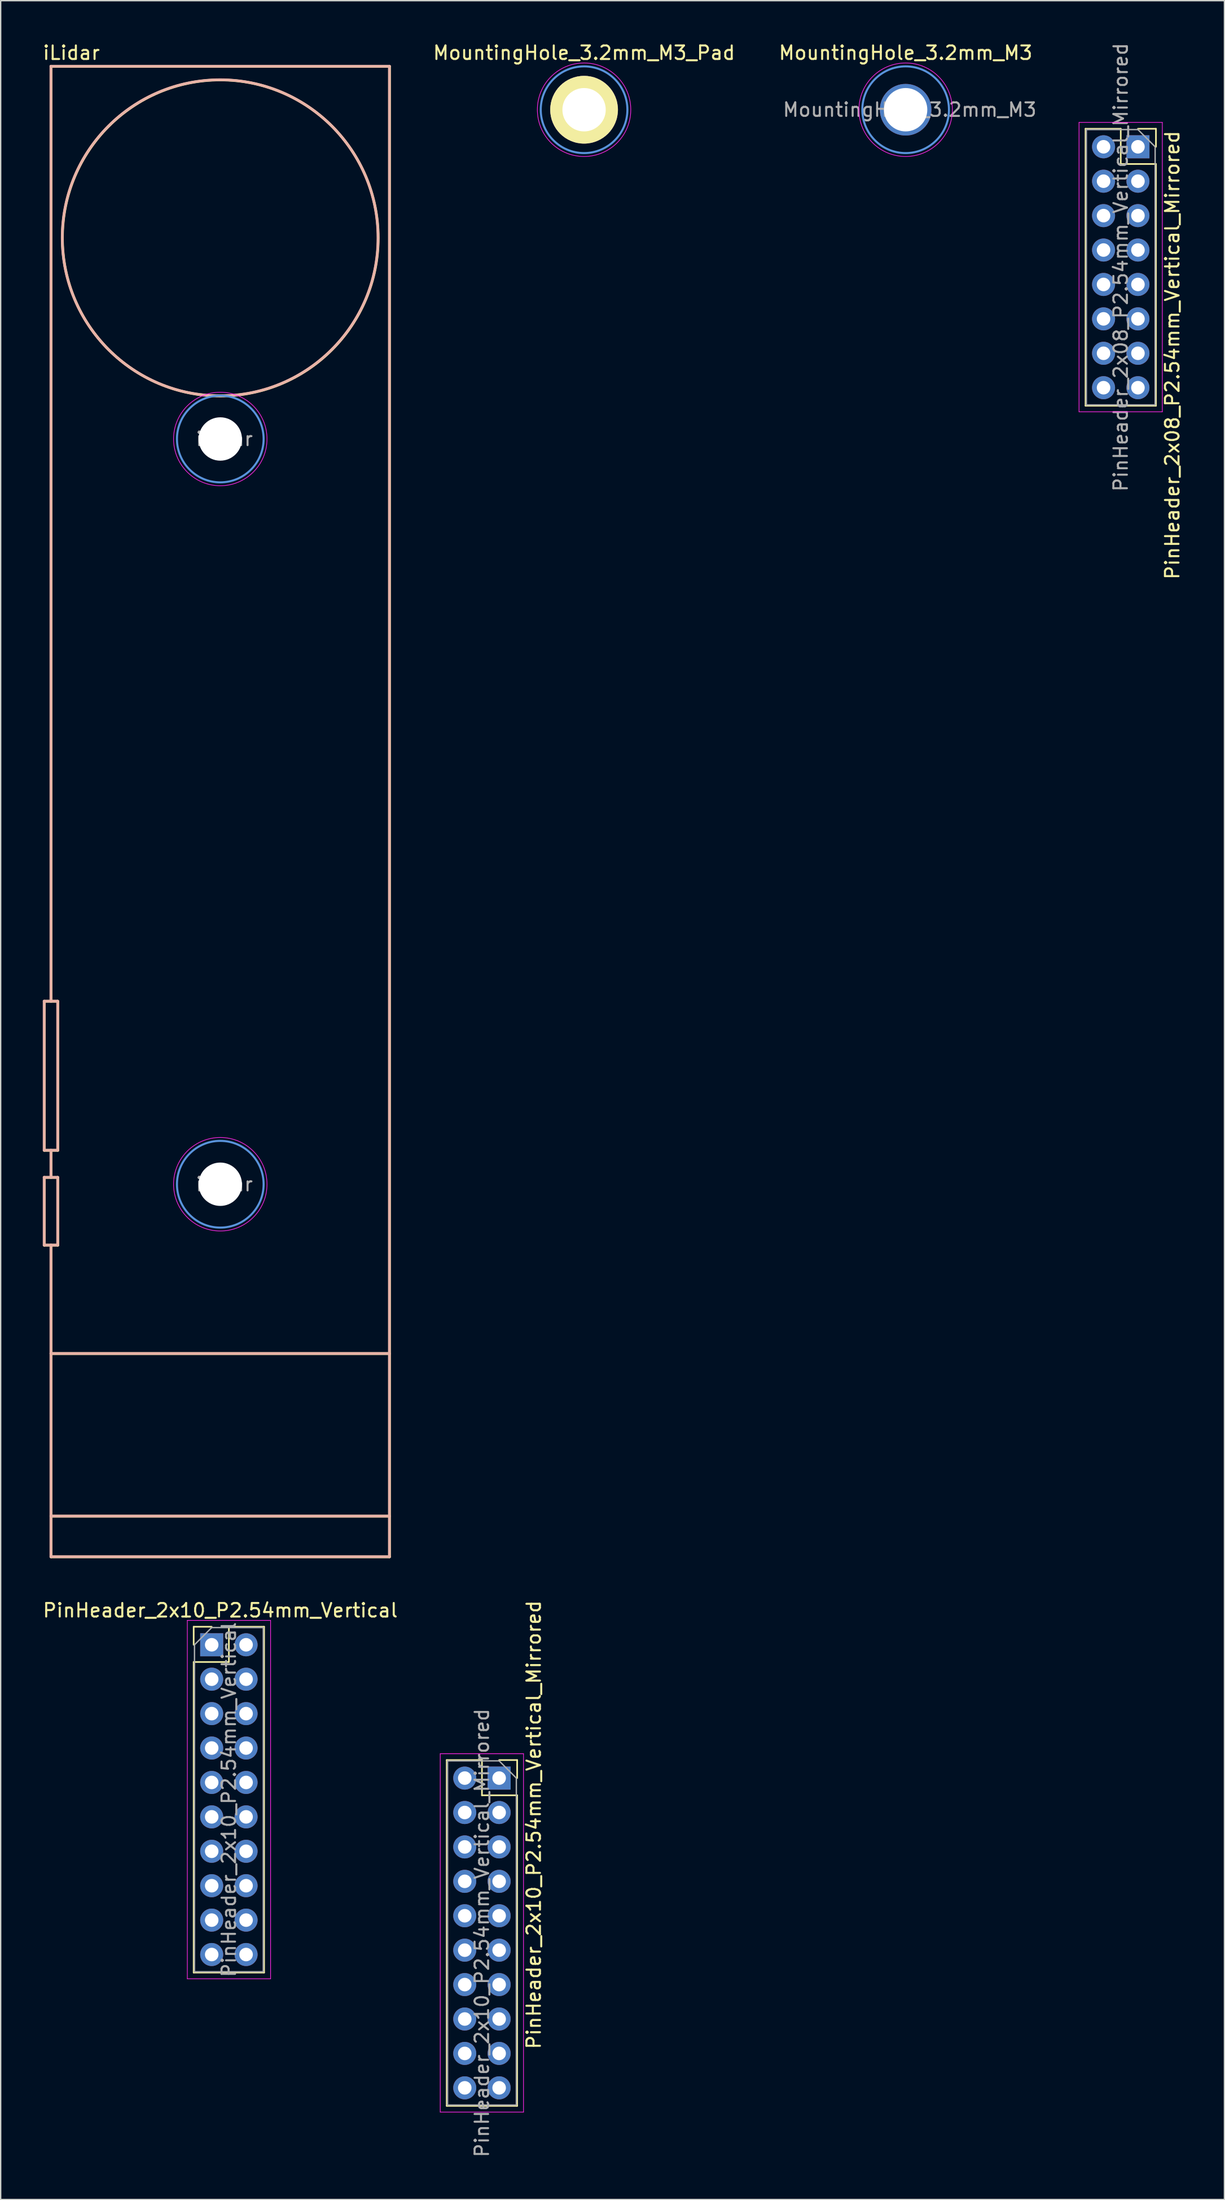
<source format=kicad_pcb>
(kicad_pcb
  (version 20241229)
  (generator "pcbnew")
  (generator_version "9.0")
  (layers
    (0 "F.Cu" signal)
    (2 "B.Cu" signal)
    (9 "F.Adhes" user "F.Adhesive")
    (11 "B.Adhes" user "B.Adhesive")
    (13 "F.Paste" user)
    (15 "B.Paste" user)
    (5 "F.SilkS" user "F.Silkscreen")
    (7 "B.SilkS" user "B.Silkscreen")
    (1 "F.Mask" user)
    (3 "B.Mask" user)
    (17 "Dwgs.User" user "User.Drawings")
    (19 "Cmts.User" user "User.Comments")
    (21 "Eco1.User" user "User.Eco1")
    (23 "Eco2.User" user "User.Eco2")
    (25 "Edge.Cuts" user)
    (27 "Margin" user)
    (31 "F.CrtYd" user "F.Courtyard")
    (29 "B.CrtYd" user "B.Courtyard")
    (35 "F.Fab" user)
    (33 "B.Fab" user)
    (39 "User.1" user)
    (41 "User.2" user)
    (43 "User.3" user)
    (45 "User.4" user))
  (footprint "iLidar"
    (layer "F.Cu")
    (at 13.22 56.848)
    (property "Reference" "iLidar" (at -11 -56 0) (layer "F.SilkS") (effects (font (size 1 1) (thickness 0.15))))
    (attr smd)
    (fp_line (start -13 14) (end -13 25) (stroke (width 0.2) (type solid)) (layer "F.SilkS"))
    (fp_line (start -13 25) (end -12 25) (stroke (width 0.2) (type solid)) (layer "F.SilkS"))
    (fp_line (start -13 27) (end -12 27) (stroke (width 0.2) (type solid)) (layer "F.SilkS"))
    (fp_line (start -13 32) (end -13 27) (stroke (width 0.2) (type solid)) (layer "F.SilkS"))
    (fp_line (start -12.5 14) (end -12.5 -55) (stroke (width 0.2) (type solid)) (layer "F.SilkS"))
    (fp_line (start -12.5 27) (end -12.5 25) (stroke (width 0.2) (type solid)) (layer "F.SilkS"))
    (fp_line (start -12.5 40) (end -12.5 32) (stroke (width 0.2) (type solid)) (layer "F.SilkS"))
    (fp_line (start -12.5 40) (end -12.5 55) (stroke (width 0.2) (type solid)) (layer "F.SilkS"))
    (fp_line (start -12.5 40) (end 12.5 40) (stroke (width 0.2) (type solid)) (layer "F.SilkS"))
    (fp_line (start -12.5 55) (end 12.5 55) (stroke (width 0.2) (type solid)) (layer "F.SilkS"))
    (fp_line (start -12 14) (end -13 14) (stroke (width 0.2) (type solid)) (layer "F.SilkS"))
    (fp_line (start -12 25) (end -12 14) (stroke (width 0.2) (type solid)) (layer "F.SilkS"))
    (fp_line (start -12 27) (end -12 32) (stroke (width 0.2) (type solid)) (layer "F.SilkS"))
    (fp_line (start -12 32) (end -13 32) (stroke (width 0.2) (type solid)) (layer "F.SilkS"))
    (fp_line (start 12.5 -55) (end -12.5 -55) (stroke (width 0.2) (type solid)) (layer "F.SilkS"))
    (fp_line (start 12.5 52) (end -12.5 52) (stroke (width 0.2) (type solid)) (layer "F.SilkS"))
    (fp_line (start 12.5 55) (end 12.5 -55) (stroke (width 0.2) (type solid)) (layer "F.SilkS"))
    (fp_circle (center 0 -42.338) (end 6 -32.338) (stroke (width 0.2) (type solid)) (fill no) (layer "F.SilkS"))
    (fp_line (start -13.011 13.989) (end -13.011 24.989) (stroke (width 0.2) (type solid)) (layer "B.SilkS"))
    (fp_line (start -13.011 24.989) (end -12.011 24.989) (stroke (width 0.2) (type solid)) (layer "B.SilkS"))
    (fp_line (start -13.011 26.989) (end -12.011 26.989) (stroke (width 0.2) (type solid)) (layer "B.SilkS"))
    (fp_line (start -13.011 31.989) (end -13.011 26.989) (stroke (width 0.2) (type solid)) (layer "B.SilkS"))
    (fp_line (start -12.511 13.989) (end -12.511 -55.011) (stroke (width 0.2) (type solid)) (layer "B.SilkS"))
    (fp_line (start -12.511 26.989) (end -12.511 24.989) (stroke (width 0.2) (type solid)) (layer "B.SilkS"))
    (fp_line (start -12.511 39.989) (end -12.511 31.989) (stroke (width 0.2) (type solid)) (layer "B.SilkS"))
    (fp_line (start -12.511 39.989) (end -12.511 54.989) (stroke (width 0.2) (type solid)) (layer "B.SilkS"))
    (fp_line (start -12.511 39.989) (end 12.489 39.989) (stroke (width 0.2) (type solid)) (layer "B.SilkS"))
    (fp_line (start -12.511 54.989) (end 12.489 54.989) (stroke (width 0.2) (type solid)) (layer "B.SilkS"))
    (fp_line (start -12.011 13.989) (end -13.011 13.989) (stroke (width 0.2) (type solid)) (layer "B.SilkS"))
    (fp_line (start -12.011 24.989) (end -12.011 13.989) (stroke (width 0.2) (type solid)) (layer "B.SilkS"))
    (fp_line (start -12.011 26.989) (end -12.011 31.989) (stroke (width 0.2) (type solid)) (layer "B.SilkS"))
    (fp_line (start -12.011 31.989) (end -13.011 31.989) (stroke (width 0.2) (type solid)) (layer "B.SilkS"))
    (fp_line (start 12.489 -55.011) (end -12.511 -55.011) (stroke (width 0.2) (type solid)) (layer "B.SilkS"))
    (fp_line (start 12.489 51.989) (end -12.511 51.989) (stroke (width 0.2) (type solid)) (layer "B.SilkS"))
    (fp_line (start 12.489 54.989) (end 12.489 -55.011) (stroke (width 0.2) (type solid)) (layer "B.SilkS"))
    (fp_circle (center -0.011 -42.349) (end 11.651 -42.349) (stroke (width 0.2) (type solid)) (fill no) (layer "B.SilkS"))
    (fp_circle (center 0 -27.5) (end 3.2 -27.5) (stroke (width 0.15) (type solid)) (fill no) (layer "Cmts.User"))
    (fp_circle (center 0 27.5) (end 3.2 27.5) (stroke (width 0.15) (type solid)) (fill no) (layer "Cmts.User"))
    (fp_circle (center 0 -27.5) (end 3.45 -27.5) (stroke (width 0.05) (type solid)) (fill no) (layer "F.CrtYd"))
    (fp_circle (center 0 27.5) (end 3.45 27.5) (stroke (width 0.05) (type solid)) (fill no) (layer "F.CrtYd"))
    (fp_text user "${REFERENCE}" (at 0.3 -27.5 0) (layer "F.Fab") (effects (font (size 1 1) (thickness 0.15))))
    (fp_text user "${REFERENCE}" (at 0.3 27.5 0) (layer "F.Fab") (effects (font (size 1 1) (thickness 0.15))))
    (pad "" np_thru_hole circle (at 0 -27.5) (size 3.2 3.2) (drill 3.2) (layers "*.Cu" "*.Mask"))
    (pad "" np_thru_hole circle (at 0 27.5) (size 3.2 3.2) (drill 3.2) (layers "*.Cu" "*.Mask")))
  (footprint "MountingHole_3.2mm_M3_Pad"
    (layer "F.Cu")
    (at 40.088 5.048)
    (property "Reference" "MountingHole_3.2mm_M3_Pad" (at 0 -4.2 0) (layer "F.SilkS") (effects (font (size 1 1) (thickness 0.15))))
    (attr through_hole)
    (fp_circle (center 0 0) (end 3.2 0) (stroke (width 0.15) (type solid)) (fill no) (layer "Cmts.User"))
    (fp_circle (center 0 0) (end 3.45 0) (stroke (width 0.05) (type solid)) (fill no) (layer "F.CrtYd"))
    (pad "1" thru_hole circle (at 0 0) (size 5 5) (drill 3.2) (layers "*.Cu" "*.Mask" "F.SilkS")))
  (footprint "PinHeader_2x08_P2.54mm_Vertical_Mirrored"
    (layer "F.Cu")
    (at 80.995 7.783)
    (property "Reference" "PinHeader_2x08_P2.54mm_Vertical_Mirrored" (at 2.54 -1.27 90) (layer "F.SilkS") (effects (font (size 1 1) (thickness 0.15)) (justify right)))
    (attr through_hole)
    (fp_line (start -3.87 -1.33) (end -3.87 19.11) (stroke (width 0.12) (type solid)) (layer "F.SilkS"))
    (fp_line (start -3.87 19.11) (end 1.33 19.11) (stroke (width 0.12) (type solid)) (layer "F.SilkS"))
    (fp_line (start -1.27 -1.33) (end -3.87 -1.33) (stroke (width 0.12) (type solid)) (layer "F.SilkS"))
    (fp_line (start -1.27 1.27) (end -1.27 -1.33) (stroke (width 0.12) (type solid)) (layer "F.SilkS"))
    (fp_line (start 1.33 -1.33) (end 0 -1.33) (stroke (width 0.12) (type solid)) (layer "F.SilkS"))
    (fp_line (start 1.33 0) (end 1.33 -1.33) (stroke (width 0.12) (type solid)) (layer "F.SilkS"))
    (fp_line (start 1.33 1.27) (end -1.27 1.27) (stroke (width 0.12) (type solid)) (layer "F.SilkS"))
    (fp_line (start 1.33 1.27) (end 1.33 19.11) (stroke (width 0.12) (type solid)) (layer "F.SilkS"))
    (fp_line (start -4.35 19.558) (end -4.35 -1.8) (stroke (width 0.05) (type solid)) (layer "F.CrtYd"))
    (fp_line (start -4.35 19.558) (end 1.8 19.558) (stroke (width 0.05) (type solid)) (layer "F.CrtYd"))
    (fp_line (start 1.8 -1.8) (end -4.35 -1.8) (stroke (width 0.05) (type solid)) (layer "F.CrtYd"))
    (fp_line (start 1.8 -1.8) (end 1.8 19.558) (stroke (width 0.05) (type solid)) (layer "F.CrtYd"))
    (fp_line (start -3.81 -1.27) (end -3.81 19.05) (stroke (width 0.1) (type solid)) (layer "F.Fab"))
    (fp_line (start 0 -1.27) (end -3.81 -1.27) (stroke (width 0.1) (type solid)) (layer "F.Fab"))
    (fp_line (start 1.27 0) (end 0 -1.27) (stroke (width 0.1) (type solid)) (layer "F.Fab"))
    (fp_line (start 1.27 19.05) (end -3.81 19.05) (stroke (width 0.1) (type solid)) (layer "F.Fab"))
    (fp_line (start 1.27 19.05) (end 1.27 0) (stroke (width 0.1) (type solid)) (layer "F.Fab"))
    (fp_text user "${REFERENCE}" (at -1.27 8.89 90) (layer "F.Fab") (effects (font (size 1 1) (thickness 0.15))))
    (pad "1" thru_hole rect (at 0 0) (size 1.7 1.7) (drill 1) (layers "*.Cu" "*.Mask"))
    (pad "2" thru_hole oval (at -2.54 0) (size 1.7 1.7) (drill 1) (layers "*.Cu" "*.Mask"))
    (pad "3" thru_hole oval (at 0 2.54) (size 1.7 1.7) (drill 1) (layers "*.Cu" "*.Mask"))
    (pad "4" thru_hole oval (at -2.54 2.54) (size 1.7 1.7) (drill 1) (layers "*.Cu" "*.Mask"))
    (pad "5" thru_hole oval (at 0 5.08) (size 1.7 1.7) (drill 1) (layers "*.Cu" "*.Mask"))
    (pad "6" thru_hole oval (at -2.54 5.08) (size 1.7 1.7) (drill 1) (layers "*.Cu" "*.Mask"))
    (pad "7" thru_hole oval (at 0 7.62) (size 1.7 1.7) (drill 1) (layers "*.Cu" "*.Mask"))
    (pad "8" thru_hole oval (at -2.54 7.62) (size 1.7 1.7) (drill 1) (layers "*.Cu" "*.Mask"))
    (pad "9" thru_hole oval (at 0 10.16) (size 1.7 1.7) (drill 1) (layers "*.Cu" "*.Mask"))
    (pad "10" thru_hole oval (at -2.54 10.16) (size 1.7 1.7) (drill 1) (layers "*.Cu" "*.Mask"))
    (pad "11" thru_hole oval (at 0 12.7) (size 1.7 1.7) (drill 1) (layers "*.Cu" "*.Mask"))
    (pad "12" thru_hole oval (at -2.54 12.7) (size 1.7 1.7) (drill 1) (layers "*.Cu" "*.Mask"))
    (pad "13" thru_hole oval (at 0 15.24) (size 1.7 1.7) (drill 1) (layers "*.Cu" "*.Mask"))
    (pad "14" thru_hole oval (at -2.54 15.24) (size 1.7 1.7) (drill 1) (layers "*.Cu" "*.Mask"))
    (pad "15" thru_hole oval (at 0 17.78) (size 1.7 1.7) (drill 1) (layers "*.Cu" "*.Mask"))
    (pad "16" thru_hole oval (at -2.54 17.78) (size 1.7 1.7) (drill 1) (layers "*.Cu" "*.Mask")))
  (footprint "MountingHole_3.2mm_M3"
    (layer "F.Cu")
    (at 63.838 5.048)
    (property "Reference" "MountingHole_3.2mm_M3" (at 0 -4.2 0) (layer "F.SilkS") (effects (font (size 1 1) (thickness 0.15))))
    (attr exclude_from_pos_files exclude_from_bom)
    (fp_circle (center 0 0) (end 3.2 0) (stroke (width 0.15) (type solid)) (fill no) (layer "Cmts.User"))
    (fp_circle (center 0 0) (end 3.45 0) (stroke (width 0.05) (type solid)) (fill no) (layer "F.CrtYd"))
    (fp_text user "${REFERENCE}" (at 0.3 0 0) (layer "F.Fab") (effects (font (size 1 1) (thickness 0.15))))
    (pad "1" thru_hole circle (at 0 0) (size 3.81 3.81) (drill 3.2) (layers "*.Cu" "*.Mask")))
  (footprint "PinHeader_2x10_P2.54mm_Vertical"
    (layer "F.Cu")
    (at 12.585 118.337)
    (property "Reference" "PinHeader_2x10_P2.54mm_Vertical" (at 0.635 -2.54 0) (layer "F.SilkS") (effects (font (size 1 1) (thickness 0.15))))
    (attr through_hole)
    (fp_line (start -1.33 -1.33) (end 0 -1.33) (stroke (width 0.12) (type solid)) (layer "F.SilkS"))
    (fp_line (start -1.33 0) (end -1.33 -1.33) (stroke (width 0.12) (type solid)) (layer "F.SilkS"))
    (fp_line (start -1.33 1.27) (end -1.33 24.19) (stroke (width 0.12) (type solid)) (layer "F.SilkS"))
    (fp_line (start -1.33 1.27) (end 1.27 1.27) (stroke (width 0.12) (type solid)) (layer "F.SilkS"))
    (fp_line (start -1.33 24.19) (end 3.87 24.19) (stroke (width 0.12) (type solid)) (layer "F.SilkS"))
    (fp_line (start 1.27 -1.33) (end 3.87 -1.33) (stroke (width 0.12) (type solid)) (layer "F.SilkS"))
    (fp_line (start 1.27 1.27) (end 1.27 -1.33) (stroke (width 0.12) (type solid)) (layer "F.SilkS"))
    (fp_line (start 3.87 -1.33) (end 3.87 24.19) (stroke (width 0.12) (type solid)) (layer "F.SilkS"))
    (fp_line (start -1.8 -1.8) (end -1.8 24.65) (stroke (width 0.05) (type solid)) (layer "F.CrtYd"))
    (fp_line (start -1.8 24.65) (end 4.35 24.65) (stroke (width 0.05) (type solid)) (layer "F.CrtYd"))
    (fp_line (start 4.35 -1.8) (end -1.8 -1.8) (stroke (width 0.05) (type solid)) (layer "F.CrtYd"))
    (fp_line (start 4.35 24.65) (end 4.35 -1.8) (stroke (width 0.05) (type solid)) (layer "F.CrtYd"))
    (fp_line (start -1.27 0) (end 0 -1.27) (stroke (width 0.1) (type solid)) (layer "F.Fab"))
    (fp_line (start -1.27 24.13) (end -1.27 0) (stroke (width 0.1) (type solid)) (layer "F.Fab"))
    (fp_line (start 0 -1.27) (end 3.81 -1.27) (stroke (width 0.1) (type solid)) (layer "F.Fab"))
    (fp_line (start 3.81 -1.27) (end 3.81 24.13) (stroke (width 0.1) (type solid)) (layer "F.Fab"))
    (fp_line (start 3.81 24.13) (end -1.27 24.13) (stroke (width 0.1) (type solid)) (layer "F.Fab"))
    (fp_text user "${REFERENCE}" (at 1.27 11.43 90) (layer "F.Fab") (effects (font (size 1 1) (thickness 0.15))))
    (pad "1" thru_hole rect (at 0 0) (size 1.7 1.7) (drill 1) (layers "*.Cu" "*.Mask"))
    (pad "2" thru_hole oval (at 2.54 0) (size 1.7 1.7) (drill 1) (layers "*.Cu" "*.Mask"))
    (pad "3" thru_hole oval (at 0 2.54) (size 1.7 1.7) (drill 1) (layers "*.Cu" "*.Mask"))
    (pad "4" thru_hole oval (at 2.54 2.54) (size 1.7 1.7) (drill 1) (layers "*.Cu" "*.Mask"))
    (pad "5" thru_hole oval (at 0 5.08) (size 1.7 1.7) (drill 1) (layers "*.Cu" "*.Mask"))
    (pad "6" thru_hole oval (at 2.54 5.08) (size 1.7 1.7) (drill 1) (layers "*.Cu" "*.Mask"))
    (pad "7" thru_hole oval (at 0 7.62) (size 1.7 1.7) (drill 1) (layers "*.Cu" "*.Mask"))
    (pad "8" thru_hole oval (at 2.54 7.62) (size 1.7 1.7) (drill 1) (layers "*.Cu" "*.Mask"))
    (pad "9" thru_hole oval (at 0 10.16) (size 1.7 1.7) (drill 1) (layers "*.Cu" "*.Mask"))
    (pad "10" thru_hole oval (at 2.54 10.16) (size 1.7 1.7) (drill 1) (layers "*.Cu" "*.Mask"))
    (pad "11" thru_hole oval (at 0 12.7) (size 1.7 1.7) (drill 1) (layers "*.Cu" "*.Mask"))
    (pad "12" thru_hole oval (at 2.54 12.7) (size 1.7 1.7) (drill 1) (layers "*.Cu" "*.Mask"))
    (pad "13" thru_hole oval (at 0 15.24) (size 1.7 1.7) (drill 1) (layers "*.Cu" "*.Mask"))
    (pad "14" thru_hole oval (at 2.54 15.24) (size 1.7 1.7) (drill 1) (layers "*.Cu" "*.Mask"))
    (pad "15" thru_hole oval (at 0 17.78) (size 1.7 1.7) (drill 1) (layers "*.Cu" "*.Mask"))
    (pad "16" thru_hole oval (at 2.54 17.78) (size 1.7 1.7) (drill 1) (layers "*.Cu" "*.Mask"))
    (pad "17" thru_hole oval (at 0 20.32) (size 1.7 1.7) (drill 1) (layers "*.Cu" "*.Mask"))
    (pad "18" thru_hole oval (at 2.54 20.32) (size 1.7 1.7) (drill 1) (layers "*.Cu" "*.Mask"))
    (pad "19" thru_hole oval (at 0 22.86) (size 1.7 1.7) (drill 1) (layers "*.Cu" "*.Mask"))
    (pad "20" thru_hole oval (at 2.54 22.86) (size 1.7 1.7) (drill 1) (layers "*.Cu" "*.Mask")))
  (footprint "PinHeader_2x10_P2.54mm_Vertical_Mirrored"
    (layer "F.Cu")
    (at 33.832 128.192)
    (property "Reference" "PinHeader_2x10_P2.54mm_Vertical_Mirrored" (at 2.542 3.429 270) (layer "F.SilkS") (effects (font (size 1 1) (thickness 0.15))))
    (attr through_hole)
    (fp_line (start -3.887 -1.347) (end -3.887 24.173) (stroke (width 0.12) (type solid)) (layer "F.SilkS"))
    (fp_line (start -1.287 -1.347) (end -3.887 -1.347) (stroke (width 0.12) (type solid)) (layer "F.SilkS"))
    (fp_line (start -1.287 1.253) (end -1.287 -1.347) (stroke (width 0.12) (type solid)) (layer "F.SilkS"))
    (fp_line (start 1.313 -1.347) (end -0.017 -1.347) (stroke (width 0.12) (type solid)) (layer "F.SilkS"))
    (fp_line (start 1.313 -0.017) (end 1.313 -1.347) (stroke (width 0.12) (type solid)) (layer "F.SilkS"))
    (fp_line (start 1.313 1.253) (end -1.287 1.253) (stroke (width 0.12) (type solid)) (layer "F.SilkS"))
    (fp_line (start 1.313 1.253) (end 1.313 24.173) (stroke (width 0.12) (type solid)) (layer "F.SilkS"))
    (fp_line (start 1.313 24.173) (end -3.887 24.173) (stroke (width 0.12) (type solid)) (layer "F.SilkS"))
    (fp_line (start -4.367 -1.817) (end 1.783 -1.817) (stroke (width 0.05) (type solid)) (layer "F.CrtYd"))
    (fp_line (start -4.367 24.633) (end -4.367 -1.817) (stroke (width 0.05) (type solid)) (layer "F.CrtYd"))
    (fp_line (start 1.783 -1.817) (end 1.783 24.633) (stroke (width 0.05) (type solid)) (layer "F.CrtYd"))
    (fp_line (start 1.783 24.633) (end -4.367 24.633) (stroke (width 0.05) (type solid)) (layer "F.CrtYd"))
    (fp_line (start -3.827 -1.287) (end -3.827 24.113) (stroke (width 0.1) (type solid)) (layer "F.Fab"))
    (fp_line (start -3.827 24.113) (end 1.253 24.113) (stroke (width 0.1) (type solid)) (layer "F.Fab"))
    (fp_line (start -0.017 -1.287) (end -3.827 -1.287) (stroke (width 0.1) (type solid)) (layer "F.Fab"))
    (fp_line (start 1.253 -0.017) (end -0.017 -1.287) (stroke (width 0.1) (type solid)) (layer "F.Fab"))
    (fp_line (start 1.253 24.113) (end 1.253 -0.017) (stroke (width 0.1) (type solid)) (layer "F.Fab"))
    (fp_text user "${REFERENCE}" (at -1.287 11.413 90) (layer "F.Fab") (effects (font (size 1 1) (thickness 0.15))))
    (pad "1" thru_hole rect (at -0.017 -0.017) (size 1.7 1.7) (drill 1) (layers "*.Cu" "*.Mask"))
    (pad "2" thru_hole oval (at -2.557 -0.017) (size 1.7 1.7) (drill 1) (layers "*.Cu" "*.Mask"))
    (pad "3" thru_hole oval (at -0.017 2.523) (size 1.7 1.7) (drill 1) (layers "*.Cu" "*.Mask"))
    (pad "4" thru_hole oval (at -2.557 2.523) (size 1.7 1.7) (drill 1) (layers "*.Cu" "*.Mask"))
    (pad "5" thru_hole oval (at -0.017 5.063) (size 1.7 1.7) (drill 1) (layers "*.Cu" "*.Mask"))
    (pad "6" thru_hole oval (at -2.557 5.063) (size 1.7 1.7) (drill 1) (layers "*.Cu" "*.Mask"))
    (pad "7" thru_hole oval (at -0.017 7.603) (size 1.7 1.7) (drill 1) (layers "*.Cu" "*.Mask"))
    (pad "8" thru_hole oval (at -2.557 7.603) (size 1.7 1.7) (drill 1) (layers "*.Cu" "*.Mask"))
    (pad "9" thru_hole oval (at -0.017 10.143) (size 1.7 1.7) (drill 1) (layers "*.Cu" "*.Mask"))
    (pad "10" thru_hole oval (at -2.557 10.143) (size 1.7 1.7) (drill 1) (layers "*.Cu" "*.Mask"))
    (pad "11" thru_hole oval (at -0.017 12.683) (size 1.7 1.7) (drill 1) (layers "*.Cu" "*.Mask"))
    (pad "12" thru_hole oval (at -2.557 12.683) (size 1.7 1.7) (drill 1) (layers "*.Cu" "*.Mask"))
    (pad "13" thru_hole oval (at -0.017 15.223) (size 1.7 1.7) (drill 1) (layers "*.Cu" "*.Mask"))
    (pad "14" thru_hole oval (at -2.557 15.223) (size 1.7 1.7) (drill 1) (layers "*.Cu" "*.Mask"))
    (pad "15" thru_hole oval (at -0.017 17.763) (size 1.7 1.7) (drill 1) (layers "*.Cu" "*.Mask"))
    (pad "16" thru_hole oval (at -2.557 17.763) (size 1.7 1.7) (drill 1) (layers "*.Cu" "*.Mask"))
    (pad "17" thru_hole oval (at -0.017 20.303) (size 1.7 1.7) (drill 1) (layers "*.Cu" "*.Mask"))
    (pad "18" thru_hole oval (at -2.557 20.303) (size 1.7 1.7) (drill 1) (layers "*.Cu" "*.Mask"))
    (pad "19" thru_hole oval (at -0.017 22.843) (size 1.7 1.7) (drill 1) (layers "*.Cu" "*.Mask"))
    (pad "20" thru_hole oval (at -2.557 22.843) (size 1.7 1.7) (drill 1) (layers "*.Cu" "*.Mask")))
  (gr_rect
    (start -3 -3)
    (end 87.383 159.278)
    (stroke (width 0.1) (type default))
    (fill no)
    (layer "Edge.Cuts")))
</source>
